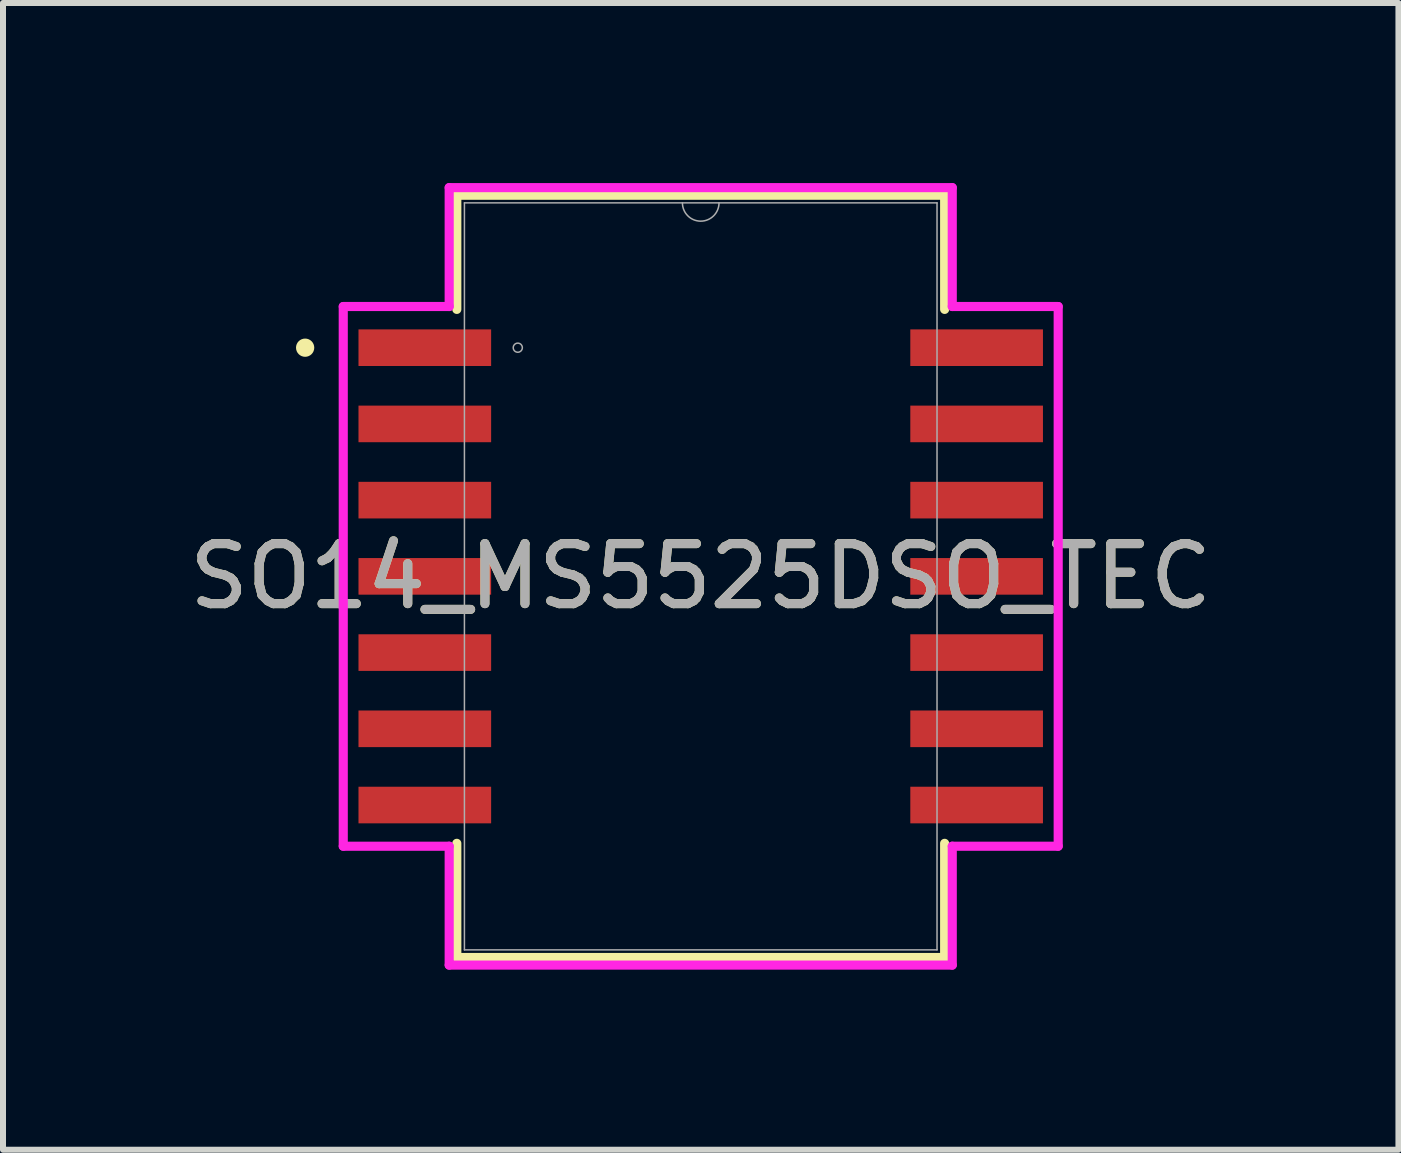
<source format=kicad_pcb>
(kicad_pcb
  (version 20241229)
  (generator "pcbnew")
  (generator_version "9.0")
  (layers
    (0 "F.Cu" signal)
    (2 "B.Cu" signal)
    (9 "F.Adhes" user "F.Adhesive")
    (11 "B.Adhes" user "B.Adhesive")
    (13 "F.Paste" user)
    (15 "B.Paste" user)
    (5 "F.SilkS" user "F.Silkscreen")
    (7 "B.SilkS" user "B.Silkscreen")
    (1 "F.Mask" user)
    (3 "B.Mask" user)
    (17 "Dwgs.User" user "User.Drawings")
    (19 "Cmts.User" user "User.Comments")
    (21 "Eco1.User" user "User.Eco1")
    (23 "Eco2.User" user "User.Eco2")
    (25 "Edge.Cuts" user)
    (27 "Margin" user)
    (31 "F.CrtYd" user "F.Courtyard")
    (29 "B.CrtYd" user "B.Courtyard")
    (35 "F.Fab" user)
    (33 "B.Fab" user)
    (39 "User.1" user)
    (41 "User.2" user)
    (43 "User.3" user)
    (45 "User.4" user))
  (footprint "SO14_MS5525DSO_TEC"
    (layer "F.Cu")
    (at 8.625 6.553)
    (property "Reference" "SO14_MS5525DSO_TEC" (at 0 0 0) (unlocked yes) (layer "F.SilkS") (effects (font (size 1 1) (thickness 0.15))))
    (attr smd)
    (fp_line (start -4.064 -6.35) (end -4.064 -4.448) (stroke (width 0.152) (type solid)) (layer "F.SilkS"))
    (fp_line (start -4.064 4.448) (end -4.064 6.35) (stroke (width 0.152) (type solid)) (layer "F.SilkS"))
    (fp_line (start -4.064 6.35) (end 4.064 6.35) (stroke (width 0.152) (type solid)) (layer "F.SilkS"))
    (fp_line (start 4.064 -6.35) (end -4.064 -6.35) (stroke (width 0.152) (type solid)) (layer "F.SilkS"))
    (fp_line (start 4.064 -4.448) (end 4.064 -6.35) (stroke (width 0.152) (type solid)) (layer "F.SilkS"))
    (fp_line (start 4.064 6.35) (end 4.064 4.448) (stroke (width 0.152) (type solid)) (layer "F.SilkS"))
    (fp_circle (center -6.591 -3.81) (end -6.515 -3.81) (stroke (width 0.152) (type solid)) (fill no) (layer "F.SilkS"))
    (fp_line (start -5.956 -4.496) (end -4.191 -4.496) (stroke (width 0.152) (type solid)) (layer "F.CrtYd"))
    (fp_line (start -5.956 4.496) (end -5.956 -4.496) (stroke (width 0.152) (type solid)) (layer "F.CrtYd"))
    (fp_line (start -5.956 4.496) (end -4.191 4.496) (stroke (width 0.152) (type solid)) (layer "F.CrtYd"))
    (fp_line (start -4.191 -6.477) (end 4.191 -6.477) (stroke (width 0.152) (type solid)) (layer "F.CrtYd"))
    (fp_line (start -4.191 -4.496) (end -4.191 -6.477) (stroke (width 0.152) (type solid)) (layer "F.CrtYd"))
    (fp_line (start -4.191 6.477) (end -4.191 4.496) (stroke (width 0.152) (type solid)) (layer "F.CrtYd"))
    (fp_line (start 4.191 -6.477) (end 4.191 -4.496) (stroke (width 0.152) (type solid)) (layer "F.CrtYd"))
    (fp_line (start 4.191 4.496) (end 4.191 6.477) (stroke (width 0.152) (type solid)) (layer "F.CrtYd"))
    (fp_line (start 4.191 6.477) (end -4.191 6.477) (stroke (width 0.152) (type solid)) (layer "F.CrtYd"))
    (fp_line (start 5.956 -4.496) (end 4.191 -4.496) (stroke (width 0.152) (type solid)) (layer "F.CrtYd"))
    (fp_line (start 5.956 -4.496) (end 5.956 4.496) (stroke (width 0.152) (type solid)) (layer "F.CrtYd"))
    (fp_line (start 5.956 4.496) (end 4.191 4.496) (stroke (width 0.152) (type solid)) (layer "F.CrtYd"))
    (fp_line (start -3.937 -6.223) (end -3.937 6.223) (stroke (width 0.025) (type solid)) (layer "F.Fab"))
    (fp_line (start -3.937 6.223) (end 3.937 6.223) (stroke (width 0.025) (type solid)) (layer "F.Fab"))
    (fp_line (start 3.937 -6.223) (end -3.937 -6.223) (stroke (width 0.025) (type solid)) (layer "F.Fab"))
    (fp_line (start 3.937 6.223) (end 3.937 -6.223) (stroke (width 0.025) (type solid)) (layer "F.Fab"))
    (fp_arc (start 0.3048 -6.223) (mid 0 -5.9182) (end -0.3048 -6.223) (stroke (width 0.0254) (type solid)) (layer "F.Fab"))
    (fp_circle (center -3.048 -3.81) (end -2.972 -3.81) (stroke (width 0.025) (type solid)) (fill no) (layer "F.Fab"))
    (fp_text user "${REFERENCE}" (at 0 0 0) (unlocked yes) (layer "F.Fab") (effects (font (size 1 1) (thickness 0.15))))
    (pad "1" smd rect (at -4.597 -3.81) (size 2.21 0.61) (layers "F.Cu" "F.Mask" "F.Paste"))
    (pad "2" smd rect (at -4.597 -2.54) (size 2.21 0.61) (layers "F.Cu" "F.Mask" "F.Paste"))
    (pad "3" smd rect (at -4.597 -1.27) (size 2.21 0.61) (layers "F.Cu" "F.Mask" "F.Paste"))
    (pad "4" smd rect (at -4.597 0) (size 2.21 0.61) (layers "F.Cu" "F.Mask" "F.Paste"))
    (pad "5" smd rect (at -4.597 1.27) (size 2.21 0.61) (layers "F.Cu" "F.Mask" "F.Paste"))
    (pad "6" smd rect (at -4.597 2.54) (size 2.21 0.61) (layers "F.Cu" "F.Mask" "F.Paste"))
    (pad "7" smd rect (at -4.597 3.81) (size 2.21 0.61) (layers "F.Cu" "F.Mask" "F.Paste"))
    (pad "8" smd rect (at 4.597 3.81) (size 2.21 0.61) (layers "F.Cu" "F.Mask" "F.Paste"))
    (pad "9" smd rect (at 4.597 2.54) (size 2.21 0.61) (layers "F.Cu" "F.Mask" "F.Paste"))
    (pad "10" smd rect (at 4.597 1.27) (size 2.21 0.61) (layers "F.Cu" "F.Mask" "F.Paste"))
    (pad "11" smd rect (at 4.597 0) (size 2.21 0.61) (layers "F.Cu" "F.Mask" "F.Paste"))
    (pad "12" smd rect (at 4.597 -1.27) (size 2.21 0.61) (layers "F.Cu" "F.Mask" "F.Paste"))
    (pad "13" smd rect (at 4.597 -2.54) (size 2.21 0.61) (layers "F.Cu" "F.Mask" "F.Paste"))
    (pad "14" smd rect (at 4.597 -3.81) (size 2.21 0.61) (layers "F.Cu" "F.Mask" "F.Paste")))
  (gr_rect
    (start -3 -3)
    (end 20.25 16.106)
    (stroke (width 0.1) (type default))
    (fill no)
    (layer "Edge.Cuts")))
</source>
